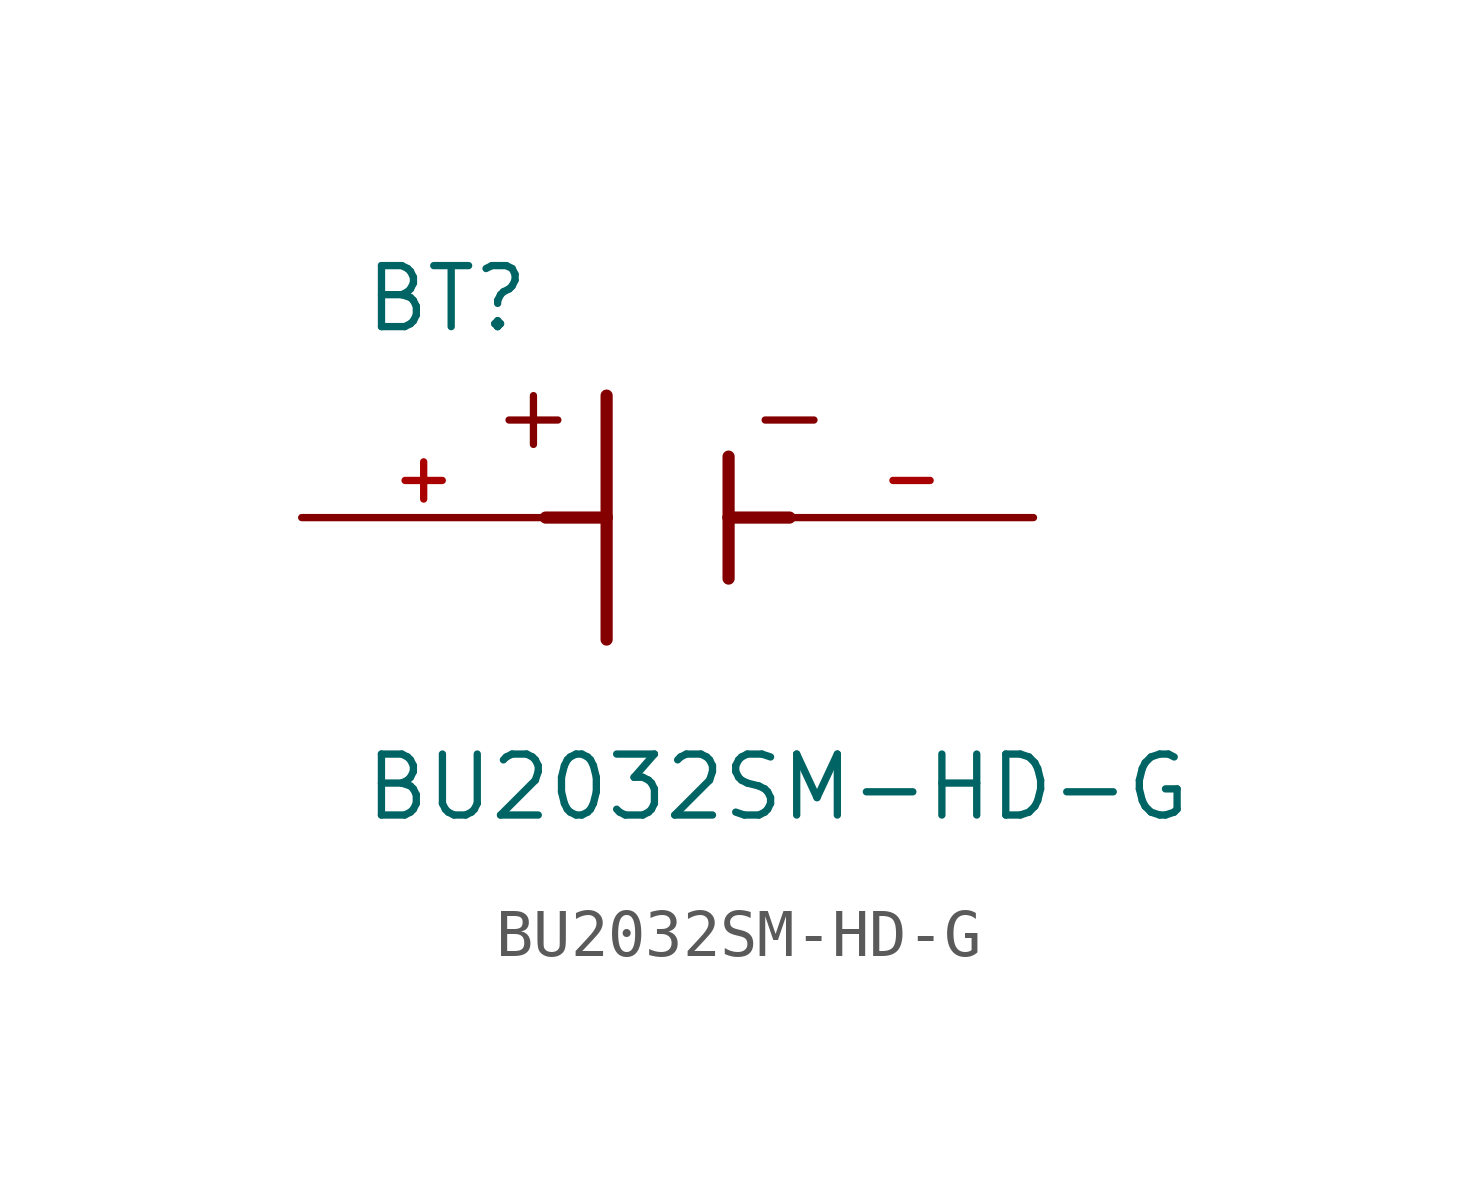
<source format=kicad_sym>
(kicad_symbol_lib
  (version 20211014)
  (generator kicad_symbol_editor)
  (symbol "BU2032SM-HD-G"
    (pin_names
      (offset 1.016))
    (property "Reference" "BT"
      (at -6.361 3.814 0)
      (effects (font (size 1.27 1.27)) (justify bottom left)))
    (property "Value" "BU2032SM-HD-G"
      (at -6.362 -6.358 0)
      (effects (font (size 1.27 1.27)) (justify bottom left)))
    (symbol "BU2032SM-HD-G_0_0"
      (polyline (pts (xy -1.27 2.54) (xy -1.27 0.0)) (stroke (width 0.254)))
      (polyline (pts (xy -1.27 0.0) (xy -1.27 -2.54)) (stroke (width 0.254)))
      (polyline (pts (xy 1.27 1.27) (xy 1.27 0.0)) (stroke (width 0.254)))
      (polyline (pts (xy 1.27 0.0) (xy 1.27 -1.27)) (stroke (width 0.254)))
      (polyline (pts (xy -2.54 0.0) (xy -1.27 0.0)) (stroke (width 0.254)))
      (polyline (pts (xy 1.27 0.0) (xy 2.54 0.0)) (stroke (width 0.254)))
      (polyline (pts (xy -2.794 2.54) (xy -2.794 1.524)) (stroke (width 0.152)))
      (polyline (pts (xy -3.302 2.032) (xy -2.286 2.032)) (stroke (width 0.152)))
      (polyline (pts (xy 2.032 2.032) (xy 3.048 2.032)) (stroke (width 0.152)))
      (pin passive line (at -7.62 0.0 0) (length 5.08) (name "~" (effects (font (size 1.016 1.016)))) (number "+" (effects (font (size 1.016 1.016)))))
      (pin passive line (at 7.62 0.0 180.0) (length 5.08) (name "~" (effects (font (size 1.016 1.016)))) (number "-" (effects (font (size 1.016 1.016))))))))
</source>
